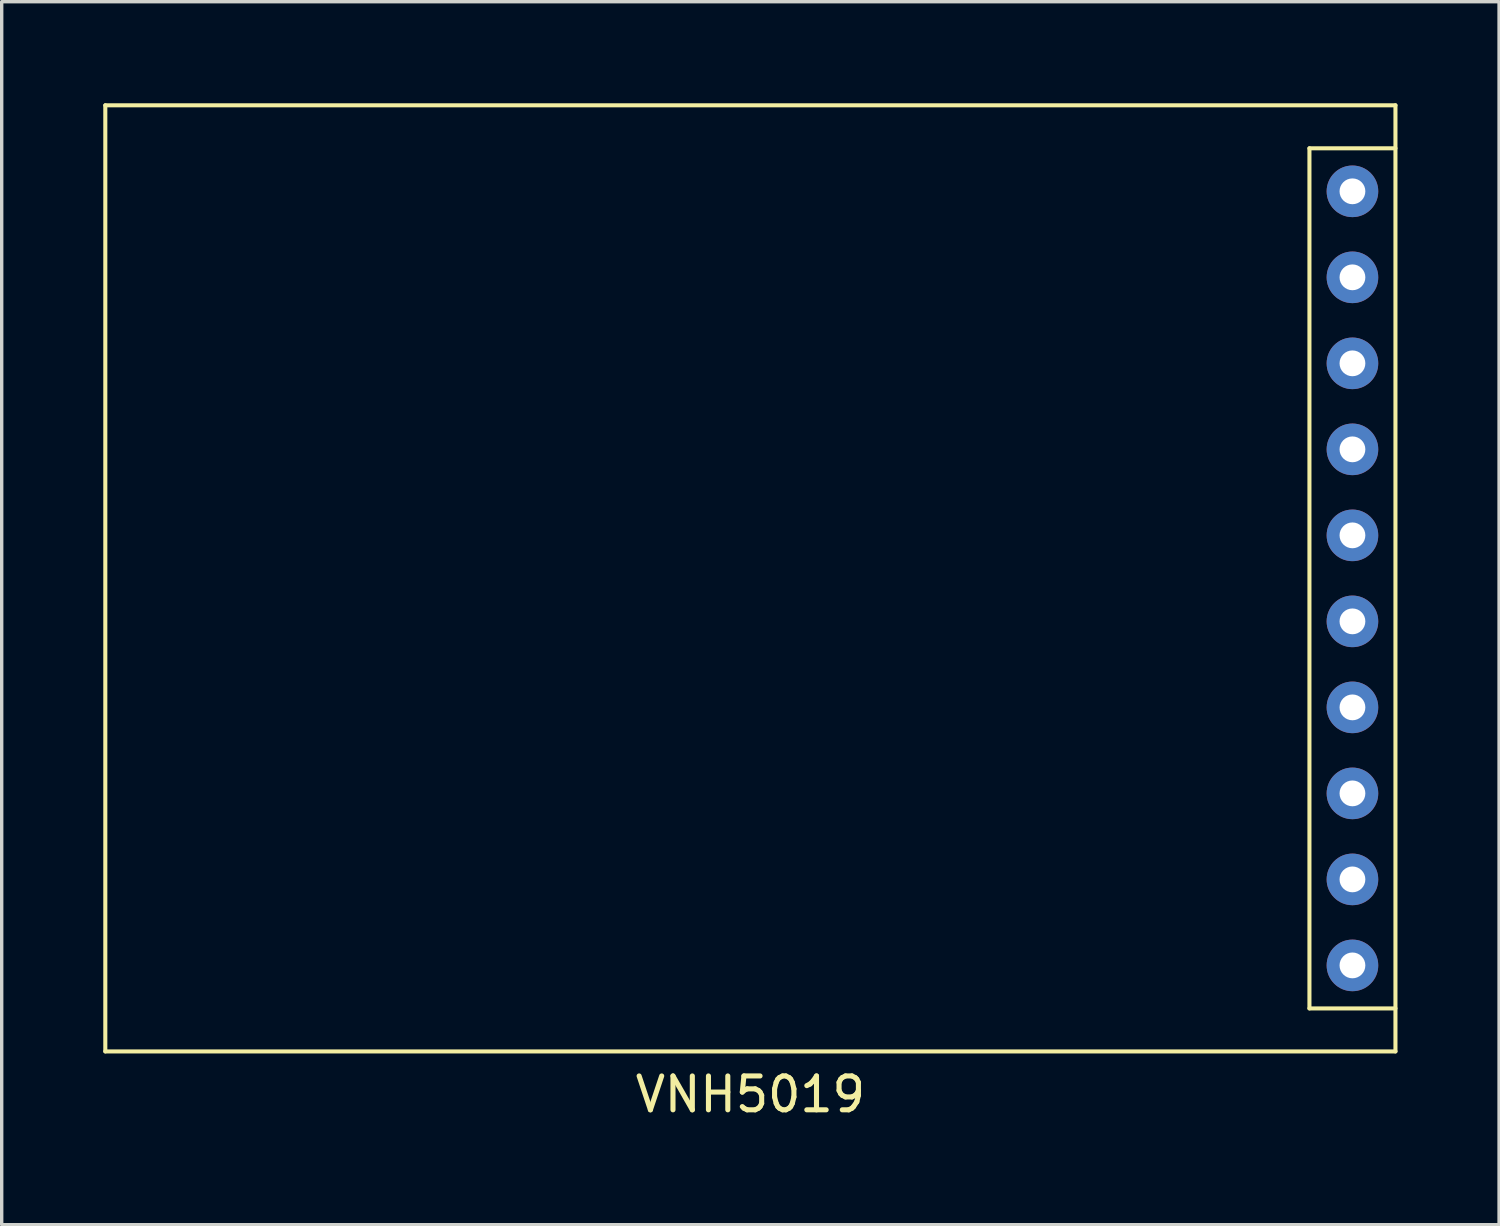
<source format=kicad_pcb>
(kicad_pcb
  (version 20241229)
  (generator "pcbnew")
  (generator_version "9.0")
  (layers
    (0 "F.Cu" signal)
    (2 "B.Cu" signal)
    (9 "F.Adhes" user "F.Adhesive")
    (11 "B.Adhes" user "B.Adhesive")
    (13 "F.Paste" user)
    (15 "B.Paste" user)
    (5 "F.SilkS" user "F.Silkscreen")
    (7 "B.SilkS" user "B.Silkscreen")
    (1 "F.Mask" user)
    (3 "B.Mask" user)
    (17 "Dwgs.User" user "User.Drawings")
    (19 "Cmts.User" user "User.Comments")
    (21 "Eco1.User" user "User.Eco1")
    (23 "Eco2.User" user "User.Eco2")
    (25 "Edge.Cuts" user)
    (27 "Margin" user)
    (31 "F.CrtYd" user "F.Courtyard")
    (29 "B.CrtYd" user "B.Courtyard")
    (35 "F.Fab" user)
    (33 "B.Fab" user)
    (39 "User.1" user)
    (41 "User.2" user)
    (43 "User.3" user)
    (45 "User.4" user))
  (footprint "VNH5019"
    (layer "F.Cu")
    (at 19.11 14.03)
    (property "Reference" "VNH5019" (at 0 15.24 0) (layer "F.SilkS") (effects (font (size 1 1) (thickness 0.15))))
    (attr through_hole)
    (fp_line (start -19.05 -13.97) (end -19.05 13.97) (stroke (width 0.12) (type solid)) (layer "F.SilkS"))
    (fp_line (start 16.51 -12.7) (end 16.51 12.7) (stroke (width 0.12) (type solid)) (layer "F.SilkS"))
    (fp_line (start 16.51 12.7) (end 19.05 12.7) (stroke (width 0.12) (type solid)) (layer "F.SilkS"))
    (fp_line (start 19.05 -13.97) (end -19.05 -13.97) (stroke (width 0.12) (type solid)) (layer "F.SilkS"))
    (fp_line (start 19.05 -12.7) (end 16.51 -12.7) (stroke (width 0.12) (type solid)) (layer "F.SilkS"))
    (fp_line (start 19.05 13.97) (end -19.05 13.97) (stroke (width 0.12) (type solid)) (layer "F.SilkS"))
    (fp_line (start 19.05 13.97) (end 19.05 -13.97) (stroke (width 0.12) (type solid)) (layer "F.SilkS"))
    (pad "1" thru_hole circle (at 17.78 -11.43) (size 1.524 1.524) (drill 0.762) (layers "*.Cu" "*.Mask"))
    (pad "2" thru_hole circle (at 17.78 -8.89) (size 1.524 1.524) (drill 0.762) (layers "*.Cu" "*.Mask"))
    (pad "3" thru_hole circle (at 17.78 -6.35) (size 1.524 1.524) (drill 0.762) (layers "*.Cu" "*.Mask"))
    (pad "4" thru_hole circle (at 17.78 -3.81) (size 1.524 1.524) (drill 0.762) (layers "*.Cu" "*.Mask"))
    (pad "5" thru_hole circle (at 17.78 -1.27) (size 1.524 1.524) (drill 0.762) (layers "*.Cu" "*.Mask"))
    (pad "6" thru_hole circle (at 17.78 1.27) (size 1.524 1.524) (drill 0.762) (layers "*.Cu" "*.Mask"))
    (pad "7" thru_hole circle (at 17.78 3.81) (size 1.524 1.524) (drill 0.762) (layers "*.Cu" "*.Mask"))
    (pad "8" thru_hole circle (at 17.78 6.35) (size 1.524 1.524) (drill 0.762) (layers "*.Cu" "*.Mask"))
    (pad "9" thru_hole circle (at 17.78 8.89) (size 1.524 1.524) (drill 0.762) (layers "*.Cu" "*.Mask"))
    (pad "10" thru_hole circle (at 17.78 11.43) (size 1.524 1.524) (drill 0.762) (layers "*.Cu" "*.Mask")))
  (gr_rect
    (start -3 -3)
    (end 41.22 33.118)
    (stroke (width 0.1) (type default))
    (fill no)
    (layer "Edge.Cuts")))
</source>
